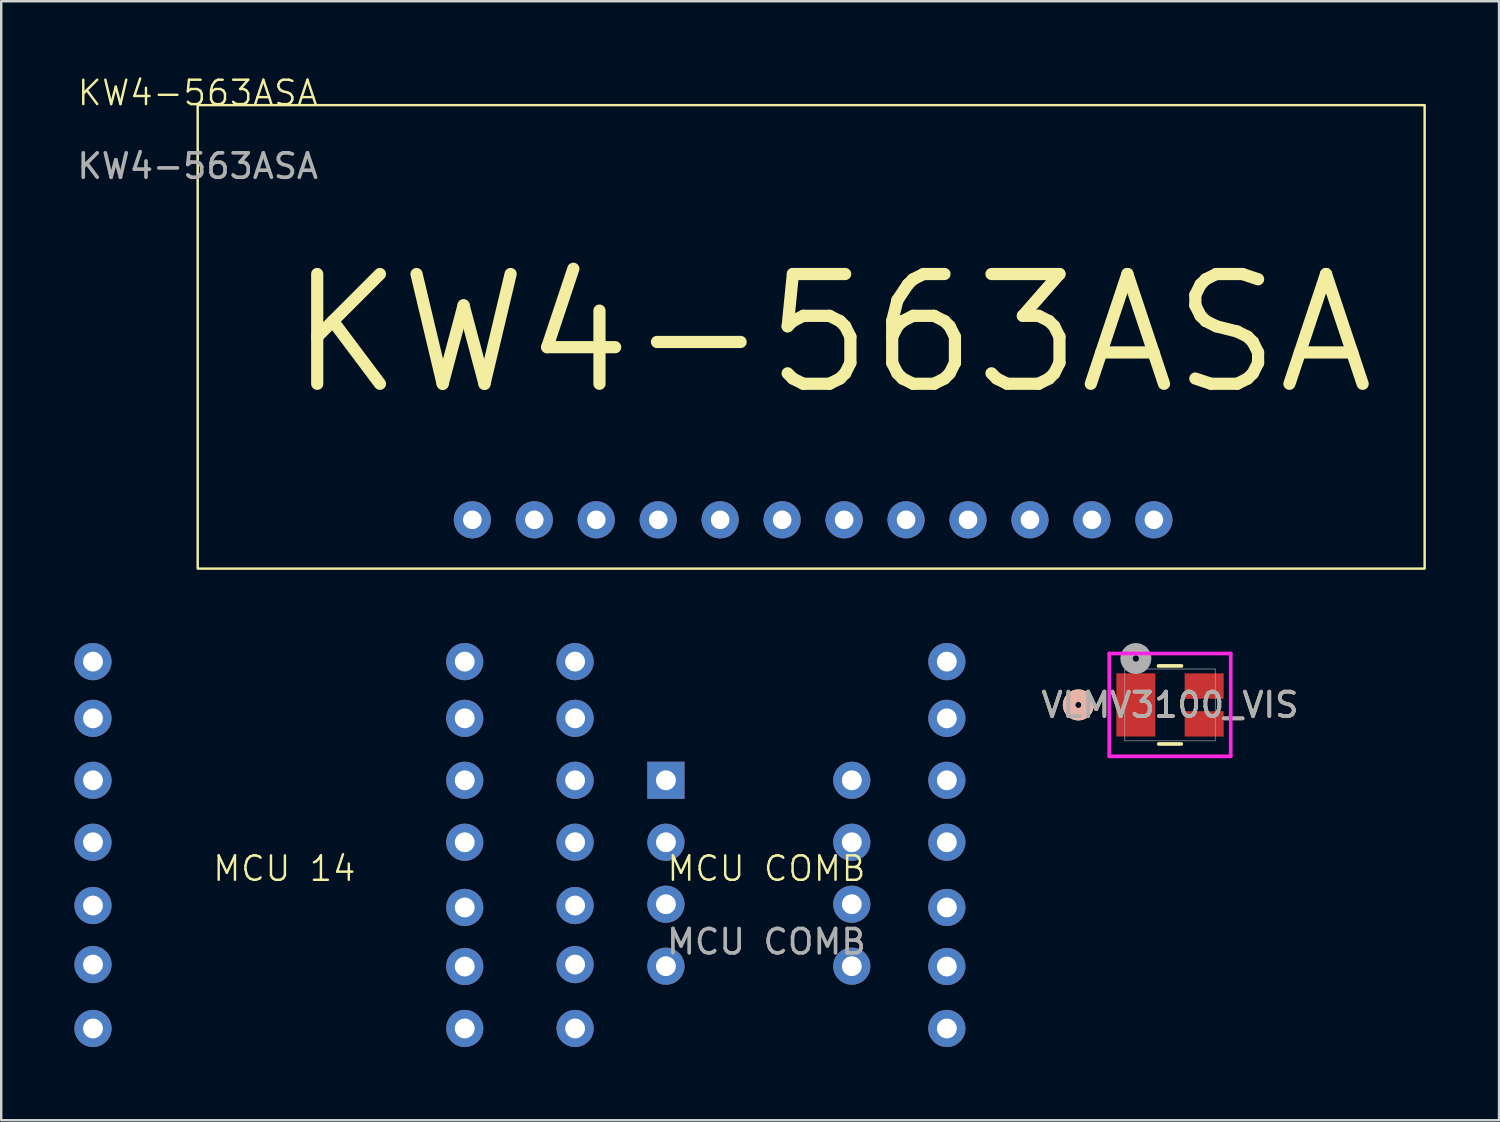
<source format=kicad_pcb>
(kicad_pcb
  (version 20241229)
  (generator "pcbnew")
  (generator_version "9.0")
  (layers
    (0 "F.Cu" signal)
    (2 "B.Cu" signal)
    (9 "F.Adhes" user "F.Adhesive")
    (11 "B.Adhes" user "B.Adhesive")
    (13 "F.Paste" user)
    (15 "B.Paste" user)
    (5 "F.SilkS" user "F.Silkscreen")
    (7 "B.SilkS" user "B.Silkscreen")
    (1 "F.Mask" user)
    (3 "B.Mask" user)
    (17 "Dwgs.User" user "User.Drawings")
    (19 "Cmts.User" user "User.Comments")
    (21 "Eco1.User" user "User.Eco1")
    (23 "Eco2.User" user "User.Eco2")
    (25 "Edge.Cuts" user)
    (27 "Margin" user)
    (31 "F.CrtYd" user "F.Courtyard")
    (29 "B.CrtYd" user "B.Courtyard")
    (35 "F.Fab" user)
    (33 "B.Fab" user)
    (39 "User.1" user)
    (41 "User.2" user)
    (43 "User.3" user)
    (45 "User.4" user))
  (footprint "VLMV3100_VIS"
    (layer "F.Cu")
    (at 44.915 25.849)
    (property "Reference" "VLMV3100_VIS" (at 0 0 0) (unlocked yes) (layer "F.SilkS") (effects (font (size 1 1) (thickness 0.15))))
    (attr smd)
    (fp_line (start -0.462 1.6) (end 0.462 1.6) (stroke (width 0.152) (type solid)) (layer "F.SilkS"))
    (fp_line (start 0.47 -1.6) (end -0.471 -1.6) (stroke (width 0.152) (type solid)) (layer "F.SilkS"))
    (fp_circle (center -3.759 0) (end -3.378 0) (stroke (width 0.508) (type solid)) (fill no) (layer "F.SilkS"))
    (fp_circle (center -3.759 0) (end -3.378 0) (stroke (width 0.508) (type solid)) (fill no) (layer "B.SilkS"))
    (fp_line (start -2.489 -2.108) (end -2.489 2.108) (stroke (width 0.152) (type solid)) (layer "F.CrtYd"))
    (fp_line (start -2.489 2.108) (end 2.489 2.108) (stroke (width 0.152) (type solid)) (layer "F.CrtYd"))
    (fp_line (start 2.489 -2.108) (end -2.489 -2.108) (stroke (width 0.152) (type solid)) (layer "F.CrtYd"))
    (fp_line (start 2.489 2.108) (end 2.489 -2.108) (stroke (width 0.152) (type solid)) (layer "F.CrtYd"))
    (fp_line (start -1.854 -1.473) (end -1.854 1.473) (stroke (width 0.025) (type solid)) (layer "F.Fab"))
    (fp_line (start -1.854 1.473) (end 1.854 1.473) (stroke (width 0.025) (type solid)) (layer "F.Fab"))
    (fp_line (start 1.854 -1.473) (end -1.854 -1.473) (stroke (width 0.025) (type solid)) (layer "F.Fab"))
    (fp_line (start 1.854 1.473) (end 1.854 -1.473) (stroke (width 0.025) (type solid)) (layer "F.Fab"))
    (fp_circle (center -1.4 -1.903) (end -1.019 -1.903) (stroke (width 0.508) (type solid)) (fill no) (layer "F.Fab"))
    (fp_text user "${REFERENCE}" (at 0 0 0) (unlocked yes) (layer "F.Fab") (effects (font (size 1 1) (thickness 0.15))))
    (pad "1" smd rect (at -1.4 0) (size 1.6 2.591) (layers "F.Cu" "F.Mask" "F.Paste"))
    (pad "2" smd rect (at 1.4 -0.773) (size 1.6 1.041) (layers "F.Cu" "F.Mask" "F.Paste"))
    (pad "3" smd rect (at 1.4 0.777) (size 1.6 1.041) (layers "F.Cu" "F.Mask" "F.Paste")))
  (footprint "MCU COMB"
    (layer "F.Cu")
    (at 28.37 33.059)
    (property "Reference" "MCU COMB" (at 0 -0.5 0) (unlocked yes) (layer "F.SilkS") (effects (font (size 1 1) (thickness 0.1))))
    (attr through_hole)
    (fp_text user "${REFERENCE}" (at 0 2.5 0) (unlocked yes) (layer "F.Fab") (effects (font (size 1 1) (thickness 0.15))))
    (pad "1" thru_hole circle (at -7.844 -8.986) (size 1.524 1.524) (drill 0.813) (layers "*.Cu" "*.Mask"))
    (pad "2" thru_hole circle (at -7.844 -6.66) (size 1.524 1.524) (drill 0.813) (layers "*.Cu" "*.Mask"))
    (pad "3" thru_hole circle (at -7.844 -4.12) (size 1.524 1.524) (drill 0.813) (layers "*.Cu" "*.Mask"))
    (pad "4" thru_hole circle (at -7.844 -1.58) (size 1.524 1.524) (drill 0.813) (layers "*.Cu" "*.Mask"))
    (pad "5" thru_hole circle (at -7.844 1.014) (size 1.524 1.524) (drill 0.813) (layers "*.Cu" "*.Mask"))
    (pad "5" thru_hole circle (at 3.5 3.5) (size 1.524 1.524) (drill 0.813) (layers "*.Cu" "*.Mask"))
    (pad "6" thru_hole circle (at -7.844 3.435) (size 1.524 1.524) (drill 0.813) (layers "*.Cu" "*.Mask"))
    (pad "6" thru_hole circle (at 3.5 -1.58) (size 1.524 1.524) (drill 0.813) (layers "*.Cu" "*.Mask"))
    (pad "7" thru_hole circle (at -7.844 6.054) (size 1.524 1.524) (drill 0.813) (layers "*.Cu" "*.Mask"))
    (pad "7" thru_hole rect (at -4.12 -4.12) (size 1.524 1.524) (drill 0.813) (layers "*.Cu" "*.Mask"))
    (pad "8" thru_hole circle (at 7.396 6.054) (size 1.524 1.524) (drill 0.813) (layers "*.Cu" "*.Mask"))
    (pad "9" thru_hole circle (at -4.12 0.96) (size 1.524 1.524) (drill 0.813) (layers "*.Cu" "*.Mask"))
    (pad "9" thru_hole circle (at 7.396 3.514) (size 1.524 1.524) (drill 0.813) (layers "*.Cu" "*.Mask"))
    (pad "10" thru_hole circle (at 3.5 0.96) (size 1.524 1.524) (drill 0.813) (layers "*.Cu" "*.Mask"))
    (pad "10" thru_hole circle (at 7.396 1.093) (size 1.524 1.524) (drill 0.813) (layers "*.Cu" "*.Mask"))
    (pad "11" thru_hole circle (at -4.12 -1.58) (size 1.524 1.524) (drill 0.813) (layers "*.Cu" "*.Mask"))
    (pad "11" thru_hole circle (at 7.396 -1.58) (size 1.524 1.524) (drill 0.813) (layers "*.Cu" "*.Mask"))
    (pad "12" thru_hole circle (at 3.5 -4.12) (size 1.524 1.524) (drill 0.813) (layers "*.Cu" "*.Mask"))
    (pad "12" thru_hole circle (at 7.396 -4.12) (size 1.524 1.524) (drill 0.813) (layers "*.Cu" "*.Mask"))
    (pad "13" thru_hole circle (at -4.12 3.5) (size 1.524 1.524) (drill 0.813) (layers "*.Cu" "*.Mask"))
    (pad "13" thru_hole circle (at 7.396 -6.66) (size 1.524 1.524) (drill 0.813) (layers "*.Cu" "*.Mask"))
    (pad "14" thru_hole circle (at 7.396 -8.986) (size 1.524 1.524) (drill 0.813) (layers "*.Cu" "*.Mask")))
  (footprint "MCU 14"
    (layer "F.Cu")
    (at 8.606 33.059)
    (property "Reference" "MCU 14" (at 0 -0.5 0) (unlocked yes) (layer "F.SilkS") (effects (font (size 1 1) (thickness 0.1))))
    (attr through_hole)
    (pad "1" thru_hole circle (at -7.844 -8.986) (size 1.524 1.524) (drill 0.813) (layers "*.Cu" "*.Mask"))
    (pad "2" thru_hole circle (at -7.844 -6.66) (size 1.524 1.524) (drill 0.813) (layers "*.Cu" "*.Mask"))
    (pad "3" thru_hole circle (at -7.844 -4.12) (size 1.524 1.524) (drill 0.813) (layers "*.Cu" "*.Mask"))
    (pad "4" thru_hole circle (at -7.844 -1.58) (size 1.524 1.524) (drill 0.813) (layers "*.Cu" "*.Mask"))
    (pad "5" thru_hole circle (at -7.844 1.014) (size 1.524 1.524) (drill 0.813) (layers "*.Cu" "*.Mask"))
    (pad "6" thru_hole circle (at -7.844 3.435) (size 1.524 1.524) (drill 0.813) (layers "*.Cu" "*.Mask"))
    (pad "7" thru_hole circle (at -7.844 6.054) (size 1.524 1.524) (drill 0.813) (layers "*.Cu" "*.Mask"))
    (pad "8" thru_hole circle (at 7.396 6.054) (size 1.524 1.524) (drill 0.813) (layers "*.Cu" "*.Mask"))
    (pad "9" thru_hole circle (at 7.396 3.514) (size 1.524 1.524) (drill 0.813) (layers "*.Cu" "*.Mask"))
    (pad "10" thru_hole circle (at 7.396 1.093) (size 1.524 1.524) (drill 0.813) (layers "*.Cu" "*.Mask"))
    (pad "11" thru_hole circle (at 7.396 -1.58) (size 1.524 1.524) (drill 0.813) (layers "*.Cu" "*.Mask"))
    (pad "12" thru_hole circle (at 7.396 -4.12) (size 1.524 1.524) (drill 0.813) (layers "*.Cu" "*.Mask"))
    (pad "13" thru_hole circle (at 7.396 -6.66) (size 1.524 1.524) (drill 0.813) (layers "*.Cu" "*.Mask"))
    (pad "14" thru_hole circle (at 7.396 -8.986) (size 1.524 1.524) (drill 0.813) (layers "*.Cu" "*.Mask")))
  (footprint "KW4-563ASA"
    (layer "F.Cu")
    (at 5.054 1.26)
    (property "Reference" "KW4-563ASA" (at 0 -0.5 0) (unlocked yes) (layer "F.SilkS") (effects (font (size 1 1) (thickness 0.1))))
    (attr through_hole)
    (fp_rect (start 0 0) (end 50.3 19) (stroke (width 0.1) (type default)) (fill no) (layer "F.SilkS"))
    (fp_text user "KW4-563ASA" (at 3.5 12 0) (unlocked yes) (layer "F.SilkS") (effects (font (size 4.5 4.5) (thickness 0.5)) (justify left bottom)))
    (fp_text user "${REFERENCE}" (at 0 2.5 0) (unlocked yes) (layer "F.Fab") (effects (font (size 1 1) (thickness 0.15))))
    (pad "1" thru_hole circle (at 11.26 17) (size 1.524 1.524) (drill 0.762) (layers "*.Cu" "*.Mask"))
    (pad "2" thru_hole circle (at 13.8 17) (size 1.524 1.524) (drill 0.762) (layers "*.Cu" "*.Mask"))
    (pad "3" thru_hole circle (at 16.34 17) (size 1.524 1.524) (drill 0.762) (layers "*.Cu" "*.Mask"))
    (pad "4" thru_hole circle (at 18.88 17) (size 1.524 1.524) (drill 0.762) (layers "*.Cu" "*.Mask"))
    (pad "5" thru_hole circle (at 21.42 17) (size 1.524 1.524) (drill 0.762) (layers "*.Cu" "*.Mask"))
    (pad "6" thru_hole circle (at 23.96 17) (size 1.524 1.524) (drill 0.762) (layers "*.Cu" "*.Mask"))
    (pad "7" thru_hole circle (at 26.5 17) (size 1.524 1.524) (drill 0.762) (layers "*.Cu" "*.Mask"))
    (pad "8" thru_hole circle (at 29.04 17) (size 1.524 1.524) (drill 0.762) (layers "*.Cu" "*.Mask"))
    (pad "9" thru_hole circle (at 31.58 17) (size 1.524 1.524) (drill 0.762) (layers "*.Cu" "*.Mask"))
    (pad "10" thru_hole circle (at 34.12 17) (size 1.524 1.524) (drill 0.762) (layers "*.Cu" "*.Mask"))
    (pad "11" thru_hole circle (at 36.66 17) (size 1.524 1.524) (drill 0.762) (layers "*.Cu" "*.Mask"))
    (pad "12" thru_hole circle (at 39.2 17) (size 1.524 1.524) (drill 0.762) (layers "*.Cu" "*.Mask")))
  (gr_rect
    (start -3 -3)
    (end 58.404 42.874)
    (stroke (width 0.1) (type default))
    (fill no)
    (layer "Edge.Cuts")))
</source>
